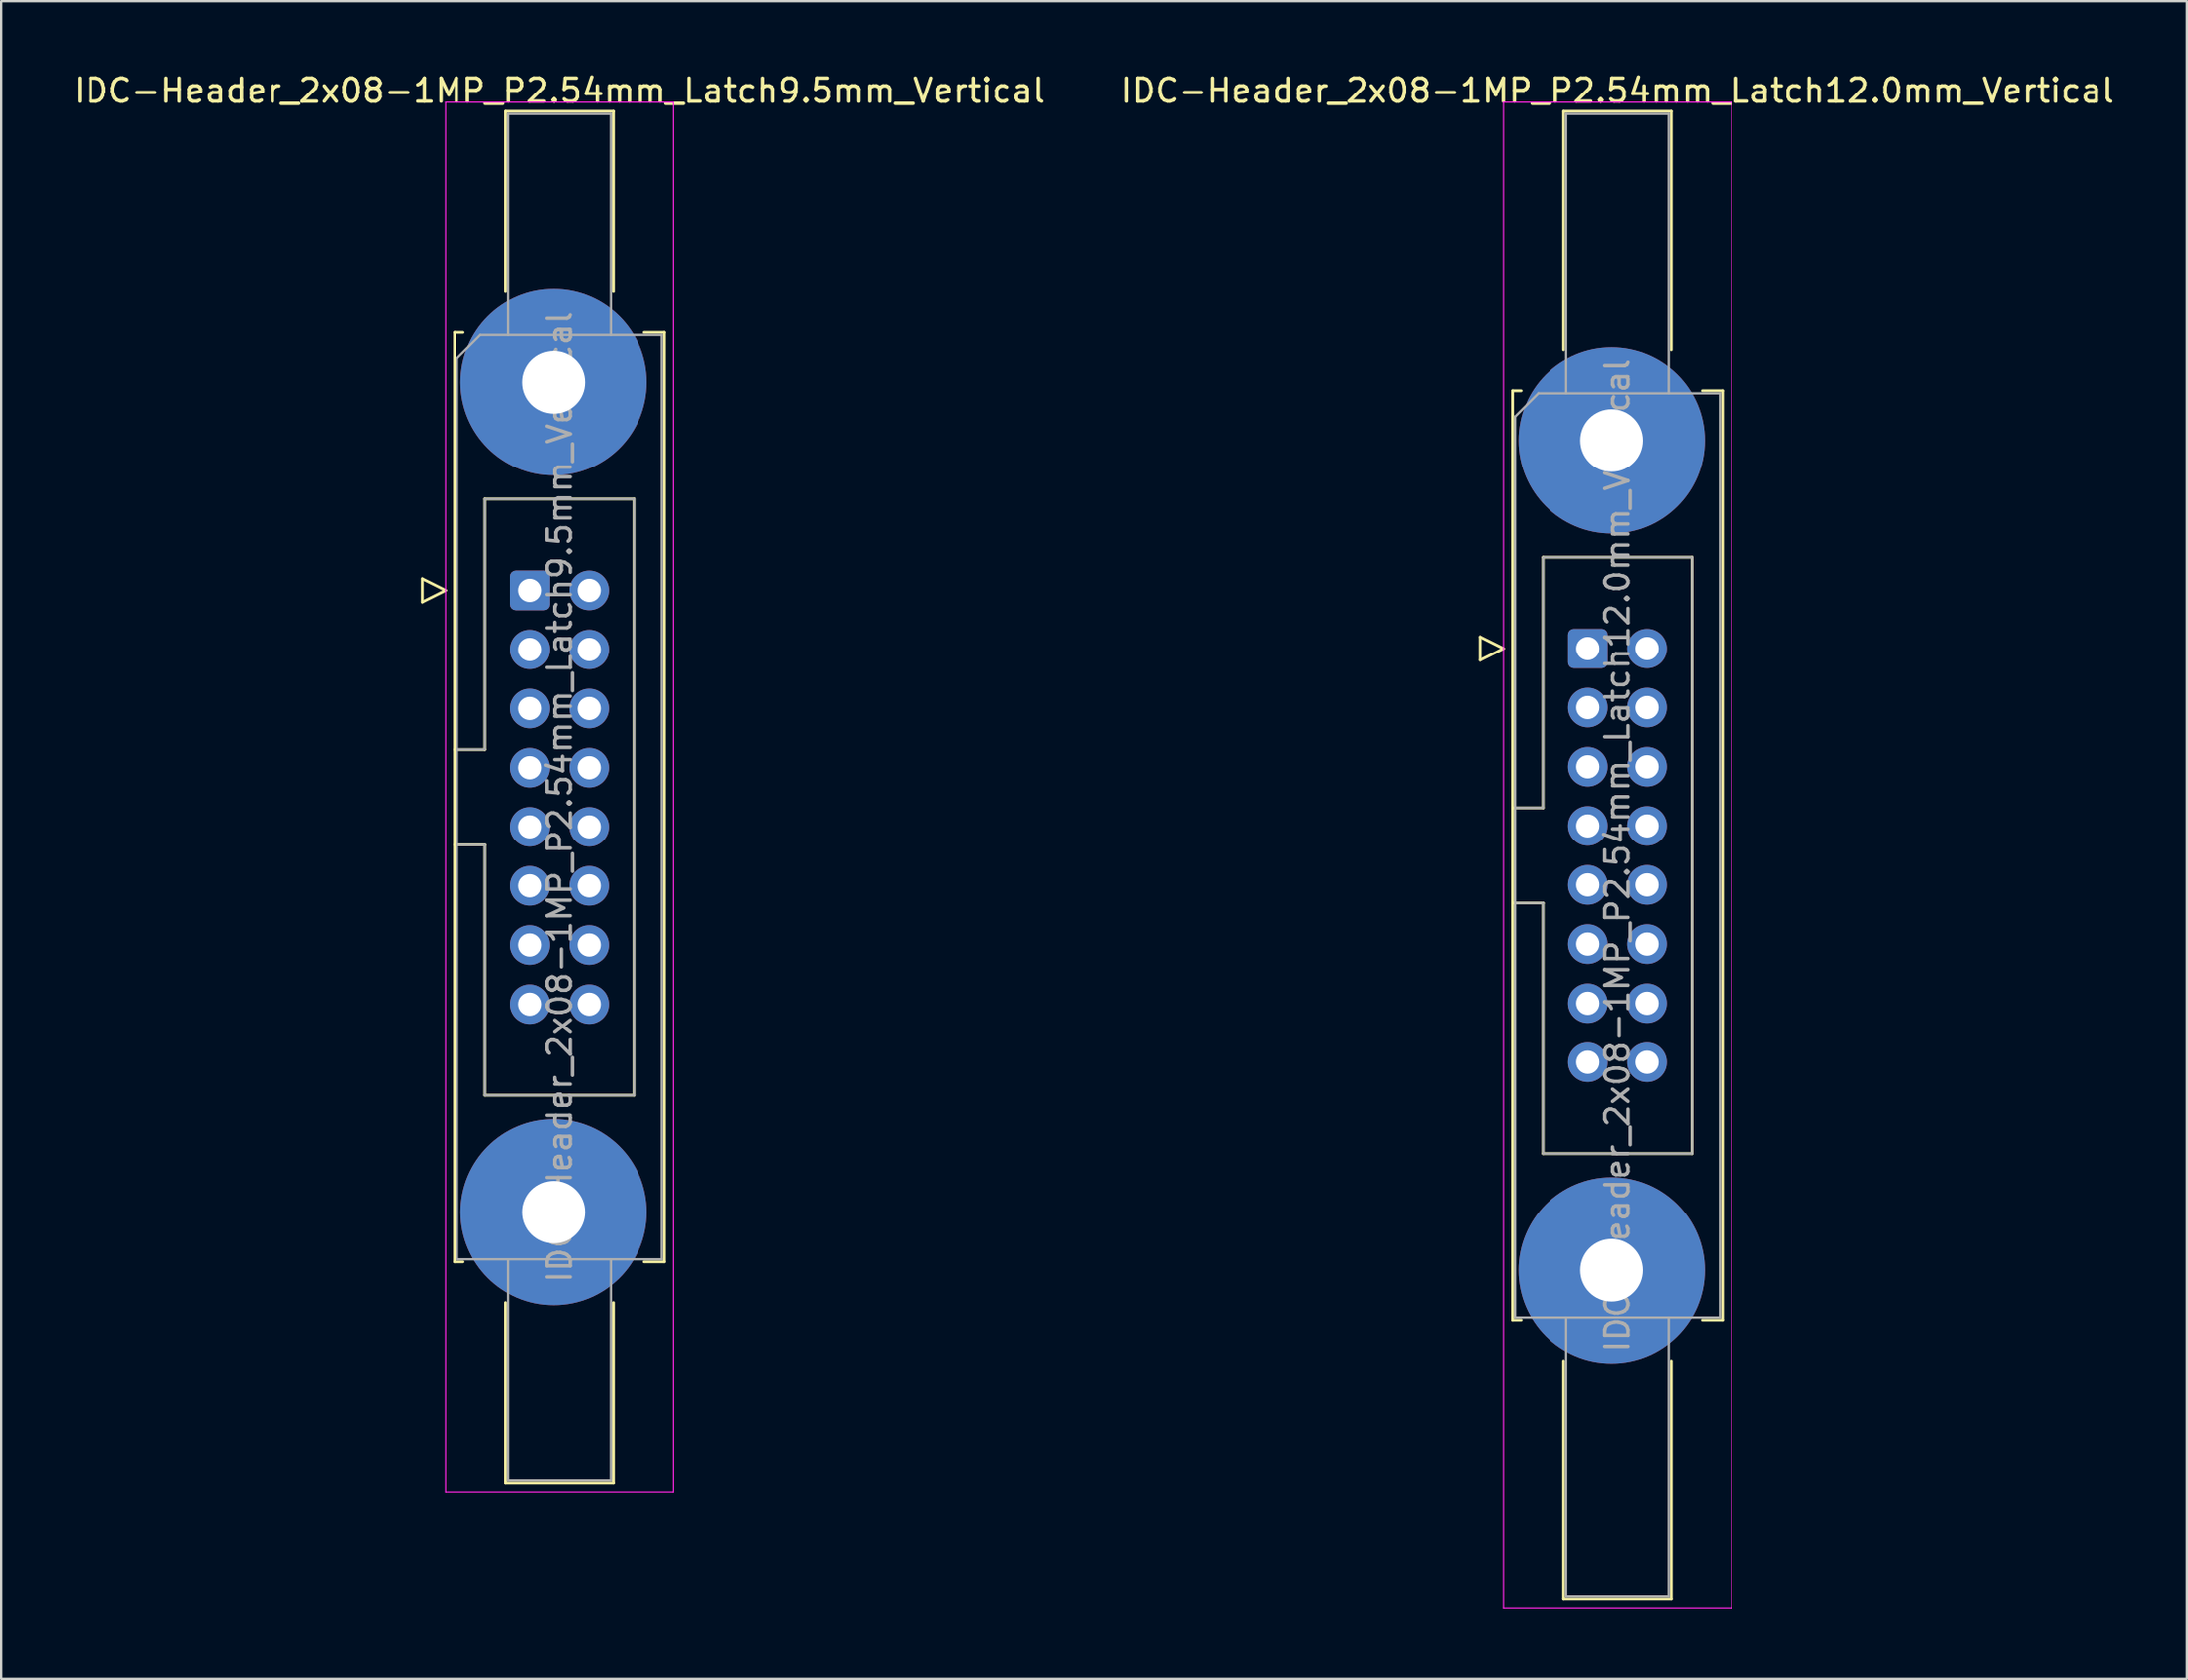
<source format=kicad_pcb>
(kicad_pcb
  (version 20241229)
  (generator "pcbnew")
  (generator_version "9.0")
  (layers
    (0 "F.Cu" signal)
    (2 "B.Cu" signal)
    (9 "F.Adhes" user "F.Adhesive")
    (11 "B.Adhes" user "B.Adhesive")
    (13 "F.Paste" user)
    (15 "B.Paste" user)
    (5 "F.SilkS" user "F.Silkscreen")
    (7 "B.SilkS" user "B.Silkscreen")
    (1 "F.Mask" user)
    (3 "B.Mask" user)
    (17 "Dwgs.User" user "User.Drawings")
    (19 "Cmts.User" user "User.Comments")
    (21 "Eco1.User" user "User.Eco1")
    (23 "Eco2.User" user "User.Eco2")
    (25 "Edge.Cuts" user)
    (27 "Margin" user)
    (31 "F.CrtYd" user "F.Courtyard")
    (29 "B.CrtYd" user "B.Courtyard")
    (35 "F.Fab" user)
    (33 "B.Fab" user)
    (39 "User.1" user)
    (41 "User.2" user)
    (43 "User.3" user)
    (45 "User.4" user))
  (footprint "IDC-Header_2x08-1MP_P2.54mm_Latch12.0mm_Vertical"
    (layer "F.Cu")
    (at 65.153 24.818)
    (property "Reference" "IDC-Header_2x08-1MP_P2.54mm_Latch12.0mm_Vertical" (at 1.27 -23.97 0) (layer "F.SilkS") (effects (font (size 1 1) (thickness 0.15))))
    (attr through_hole)
    (fp_line (start -4.63 -0.5) (end -4.63 0.5) (stroke (width 0.12) (type solid)) (layer "F.SilkS"))
    (fp_line (start -4.63 0.5) (end -3.63 0) (stroke (width 0.12) (type solid)) (layer "F.SilkS"))
    (fp_line (start -3.63 0) (end -4.63 -0.5) (stroke (width 0.12) (type solid)) (layer "F.SilkS"))
    (fp_line (start -3.24 -11.08) (end -3.24 28.86) (stroke (width 0.12) (type solid)) (layer "F.SilkS"))
    (fp_line (start -3.24 6.84) (end -1.93 6.84) (stroke (width 0.12) (type solid)) (layer "F.SilkS"))
    (fp_line (start -3.24 28.86) (end -2.87 28.86) (stroke (width 0.12) (type solid)) (layer "F.SilkS"))
    (fp_line (start -2.87 -11.08) (end -3.24 -11.08) (stroke (width 0.12) (type solid)) (layer "F.SilkS"))
    (fp_line (start -1.93 -3.92) (end 4.47 -3.92) (stroke (width 0.12) (type solid)) (layer "F.SilkS"))
    (fp_line (start -1.93 6.84) (end -1.93 -3.92) (stroke (width 0.12) (type solid)) (layer "F.SilkS"))
    (fp_line (start -1.93 10.94) (end -3.24 10.94) (stroke (width 0.12) (type solid)) (layer "F.SilkS"))
    (fp_line (start -1.93 10.94) (end -1.93 10.94) (stroke (width 0.12) (type solid)) (layer "F.SilkS"))
    (fp_line (start -1.93 21.7) (end -1.93 10.94) (stroke (width 0.12) (type solid)) (layer "F.SilkS"))
    (fp_line (start -1.04 -23.08) (end 3.58 -23.08) (stroke (width 0.12) (type solid)) (layer "F.SilkS"))
    (fp_line (start -1.04 -12.83) (end -1.04 -23.08) (stroke (width 0.12) (type solid)) (layer "F.SilkS"))
    (fp_line (start -1.04 30.61) (end -1.04 40.86) (stroke (width 0.12) (type solid)) (layer "F.SilkS"))
    (fp_line (start -1.04 40.86) (end 3.58 40.86) (stroke (width 0.12) (type solid)) (layer "F.SilkS"))
    (fp_line (start 3.58 -23.08) (end 3.58 -12.83) (stroke (width 0.12) (type solid)) (layer "F.SilkS"))
    (fp_line (start 3.58 40.86) (end 3.58 30.61) (stroke (width 0.12) (type solid)) (layer "F.SilkS"))
    (fp_line (start 4.47 -3.92) (end 4.47 21.7) (stroke (width 0.12) (type solid)) (layer "F.SilkS"))
    (fp_line (start 4.47 21.7) (end -1.93 21.7) (stroke (width 0.12) (type solid)) (layer "F.SilkS"))
    (fp_line (start 4.91 -11.08) (end 5.78 -11.08) (stroke (width 0.12) (type solid)) (layer "F.SilkS"))
    (fp_line (start 5.78 -11.08) (end 5.78 28.86) (stroke (width 0.12) (type solid)) (layer "F.SilkS"))
    (fp_line (start 5.78 28.86) (end 4.91 28.86) (stroke (width 0.12) (type solid)) (layer "F.SilkS"))
    (fp_line (start -3.63 -23.47) (end -3.63 41.25) (stroke (width 0.05) (type solid)) (layer "F.CrtYd"))
    (fp_line (start -3.63 41.25) (end 6.17 41.25) (stroke (width 0.05) (type solid)) (layer "F.CrtYd"))
    (fp_line (start 6.17 -23.47) (end -3.63 -23.47) (stroke (width 0.05) (type solid)) (layer "F.CrtYd"))
    (fp_line (start 6.17 41.25) (end 6.17 -23.47) (stroke (width 0.05) (type solid)) (layer "F.CrtYd"))
    (fp_line (start -3.13 -9.97) (end -2.13 -10.97) (stroke (width 0.1) (type solid)) (layer "F.Fab"))
    (fp_line (start -3.13 6.84) (end -1.93 6.84) (stroke (width 0.1) (type solid)) (layer "F.Fab"))
    (fp_line (start -3.13 28.75) (end -3.13 -9.97) (stroke (width 0.1) (type solid)) (layer "F.Fab"))
    (fp_line (start -2.13 -10.97) (end 5.67 -10.97) (stroke (width 0.1) (type solid)) (layer "F.Fab"))
    (fp_line (start -1.93 -3.92) (end 4.47 -3.92) (stroke (width 0.1) (type solid)) (layer "F.Fab"))
    (fp_line (start -1.93 6.84) (end -1.93 -3.92) (stroke (width 0.1) (type solid)) (layer "F.Fab"))
    (fp_line (start -1.93 10.94) (end -3.13 10.94) (stroke (width 0.1) (type solid)) (layer "F.Fab"))
    (fp_line (start -1.93 10.94) (end -1.93 10.94) (stroke (width 0.1) (type solid)) (layer "F.Fab"))
    (fp_line (start -1.93 21.7) (end -1.93 10.94) (stroke (width 0.1) (type solid)) (layer "F.Fab"))
    (fp_line (start -0.93 -22.97) (end 3.47 -22.97) (stroke (width 0.1) (type solid)) (layer "F.Fab"))
    (fp_line (start -0.93 -10.97) (end -0.93 -22.97) (stroke (width 0.1) (type solid)) (layer "F.Fab"))
    (fp_line (start -0.93 28.75) (end -0.93 40.75) (stroke (width 0.1) (type solid)) (layer "F.Fab"))
    (fp_line (start -0.93 40.75) (end 3.47 40.75) (stroke (width 0.1) (type solid)) (layer "F.Fab"))
    (fp_line (start 3.47 -22.97) (end 3.47 -10.97) (stroke (width 0.1) (type solid)) (layer "F.Fab"))
    (fp_line (start 3.47 40.75) (end 3.47 28.75) (stroke (width 0.1) (type solid)) (layer "F.Fab"))
    (fp_line (start 4.47 -3.92) (end 4.47 21.7) (stroke (width 0.1) (type solid)) (layer "F.Fab"))
    (fp_line (start 4.47 21.7) (end -1.93 21.7) (stroke (width 0.1) (type solid)) (layer "F.Fab"))
    (fp_line (start 5.67 -10.97) (end 5.67 28.75) (stroke (width 0.1) (type solid)) (layer "F.Fab"))
    (fp_line (start 5.67 28.75) (end -3.13 28.75) (stroke (width 0.1) (type solid)) (layer "F.Fab"))
    (fp_text user "${REFERENCE}" (at 1.27 8.89 90) (layer "F.Fab") (effects (font (size 1 1) (thickness 0.15))))
    (pad "1" thru_hole roundrect (at 0 0) (size 1.7 1.7) (drill 1) (layers "*.Cu" "*.Mask") (roundrect_rratio 0.147))
    (pad "2" thru_hole circle (at 2.54 0) (size 1.7 1.7) (drill 1) (layers "*.Cu" "*.Mask"))
    (pad "3" thru_hole circle (at 0 2.54) (size 1.7 1.7) (drill 1) (layers "*.Cu" "*.Mask"))
    (pad "4" thru_hole circle (at 2.54 2.54) (size 1.7 1.7) (drill 1) (layers "*.Cu" "*.Mask"))
    (pad "5" thru_hole circle (at 0 5.08) (size 1.7 1.7) (drill 1) (layers "*.Cu" "*.Mask"))
    (pad "6" thru_hole circle (at 2.54 5.08) (size 1.7 1.7) (drill 1) (layers "*.Cu" "*.Mask"))
    (pad "7" thru_hole circle (at 0 7.62) (size 1.7 1.7) (drill 1) (layers "*.Cu" "*.Mask"))
    (pad "8" thru_hole circle (at 2.54 7.62) (size 1.7 1.7) (drill 1) (layers "*.Cu" "*.Mask"))
    (pad "9" thru_hole circle (at 0 10.16) (size 1.7 1.7) (drill 1) (layers "*.Cu" "*.Mask"))
    (pad "10" thru_hole circle (at 2.54 10.16) (size 1.7 1.7) (drill 1) (layers "*.Cu" "*.Mask"))
    (pad "11" thru_hole circle (at 0 12.7) (size 1.7 1.7) (drill 1) (layers "*.Cu" "*.Mask"))
    (pad "12" thru_hole circle (at 2.54 12.7) (size 1.7 1.7) (drill 1) (layers "*.Cu" "*.Mask"))
    (pad "13" thru_hole circle (at 0 15.24) (size 1.7 1.7) (drill 1) (layers "*.Cu" "*.Mask"))
    (pad "14" thru_hole circle (at 2.54 15.24) (size 1.7 1.7) (drill 1) (layers "*.Cu" "*.Mask"))
    (pad "15" thru_hole circle (at 0 17.78) (size 1.7 1.7) (drill 1) (layers "*.Cu" "*.Mask"))
    (pad "16" thru_hole circle (at 2.54 17.78) (size 1.7 1.7) (drill 1) (layers "*.Cu" "*.Mask"))
    (pad "MP" thru_hole circle (at 1.02 -8.94) (size 8 8) (drill 2.69) (layers "*.Cu" "*.Mask"))
    (pad "MP" thru_hole circle (at 1.02 26.72) (size 8 8) (drill 2.69) (layers "*.Cu" "*.Mask")))
  (footprint "IDC-Header_2x08-1MP_P2.54mm_Latch9.5mm_Vertical"
    (layer "F.Cu")
    (at 19.712 22.318)
    (property "Reference" "IDC-Header_2x08-1MP_P2.54mm_Latch9.5mm_Vertical" (at 1.27 -21.47 0) (layer "F.SilkS") (effects (font (size 1 1) (thickness 0.15))))
    (attr through_hole)
    (fp_line (start -4.63 -0.5) (end -4.63 0.5) (stroke (width 0.12) (type solid)) (layer "F.SilkS"))
    (fp_line (start -4.63 0.5) (end -3.63 0) (stroke (width 0.12) (type solid)) (layer "F.SilkS"))
    (fp_line (start -3.63 0) (end -4.63 -0.5) (stroke (width 0.12) (type solid)) (layer "F.SilkS"))
    (fp_line (start -3.24 -11.08) (end -3.24 28.86) (stroke (width 0.12) (type solid)) (layer "F.SilkS"))
    (fp_line (start -3.24 6.84) (end -1.93 6.84) (stroke (width 0.12) (type solid)) (layer "F.SilkS"))
    (fp_line (start -3.24 28.86) (end -2.87 28.86) (stroke (width 0.12) (type solid)) (layer "F.SilkS"))
    (fp_line (start -2.87 -11.08) (end -3.24 -11.08) (stroke (width 0.12) (type solid)) (layer "F.SilkS"))
    (fp_line (start -1.93 -3.92) (end 4.47 -3.92) (stroke (width 0.12) (type solid)) (layer "F.SilkS"))
    (fp_line (start -1.93 6.84) (end -1.93 -3.92) (stroke (width 0.12) (type solid)) (layer "F.SilkS"))
    (fp_line (start -1.93 10.94) (end -3.24 10.94) (stroke (width 0.12) (type solid)) (layer "F.SilkS"))
    (fp_line (start -1.93 10.94) (end -1.93 10.94) (stroke (width 0.12) (type solid)) (layer "F.SilkS"))
    (fp_line (start -1.93 21.7) (end -1.93 10.94) (stroke (width 0.12) (type solid)) (layer "F.SilkS"))
    (fp_line (start -1.04 -20.58) (end 3.58 -20.58) (stroke (width 0.12) (type solid)) (layer "F.SilkS"))
    (fp_line (start -1.04 -12.83) (end -1.04 -20.58) (stroke (width 0.12) (type solid)) (layer "F.SilkS"))
    (fp_line (start -1.04 30.61) (end -1.04 38.36) (stroke (width 0.12) (type solid)) (layer "F.SilkS"))
    (fp_line (start -1.04 38.36) (end 3.58 38.36) (stroke (width 0.12) (type solid)) (layer "F.SilkS"))
    (fp_line (start 3.58 -20.58) (end 3.58 -12.83) (stroke (width 0.12) (type solid)) (layer "F.SilkS"))
    (fp_line (start 3.58 38.36) (end 3.58 30.61) (stroke (width 0.12) (type solid)) (layer "F.SilkS"))
    (fp_line (start 4.47 -3.92) (end 4.47 21.7) (stroke (width 0.12) (type solid)) (layer "F.SilkS"))
    (fp_line (start 4.47 21.7) (end -1.93 21.7) (stroke (width 0.12) (type solid)) (layer "F.SilkS"))
    (fp_line (start 4.91 -11.08) (end 5.78 -11.08) (stroke (width 0.12) (type solid)) (layer "F.SilkS"))
    (fp_line (start 5.78 -11.08) (end 5.78 28.86) (stroke (width 0.12) (type solid)) (layer "F.SilkS"))
    (fp_line (start 5.78 28.86) (end 4.91 28.86) (stroke (width 0.12) (type solid)) (layer "F.SilkS"))
    (fp_line (start -3.63 -20.97) (end -3.63 38.75) (stroke (width 0.05) (type solid)) (layer "F.CrtYd"))
    (fp_line (start -3.63 38.75) (end 6.17 38.75) (stroke (width 0.05) (type solid)) (layer "F.CrtYd"))
    (fp_line (start 6.17 -20.97) (end -3.63 -20.97) (stroke (width 0.05) (type solid)) (layer "F.CrtYd"))
    (fp_line (start 6.17 38.75) (end 6.17 -20.97) (stroke (width 0.05) (type solid)) (layer "F.CrtYd"))
    (fp_line (start -3.13 -9.97) (end -2.13 -10.97) (stroke (width 0.1) (type solid)) (layer "F.Fab"))
    (fp_line (start -3.13 6.84) (end -1.93 6.84) (stroke (width 0.1) (type solid)) (layer "F.Fab"))
    (fp_line (start -3.13 28.75) (end -3.13 -9.97) (stroke (width 0.1) (type solid)) (layer "F.Fab"))
    (fp_line (start -2.13 -10.97) (end 5.67 -10.97) (stroke (width 0.1) (type solid)) (layer "F.Fab"))
    (fp_line (start -1.93 -3.92) (end 4.47 -3.92) (stroke (width 0.1) (type solid)) (layer "F.Fab"))
    (fp_line (start -1.93 6.84) (end -1.93 -3.92) (stroke (width 0.1) (type solid)) (layer "F.Fab"))
    (fp_line (start -1.93 10.94) (end -3.13 10.94) (stroke (width 0.1) (type solid)) (layer "F.Fab"))
    (fp_line (start -1.93 10.94) (end -1.93 10.94) (stroke (width 0.1) (type solid)) (layer "F.Fab"))
    (fp_line (start -1.93 21.7) (end -1.93 10.94) (stroke (width 0.1) (type solid)) (layer "F.Fab"))
    (fp_line (start -0.93 -20.47) (end 3.47 -20.47) (stroke (width 0.1) (type solid)) (layer "F.Fab"))
    (fp_line (start -0.93 -10.97) (end -0.93 -20.47) (stroke (width 0.1) (type solid)) (layer "F.Fab"))
    (fp_line (start -0.93 28.75) (end -0.93 38.25) (stroke (width 0.1) (type solid)) (layer "F.Fab"))
    (fp_line (start -0.93 38.25) (end 3.47 38.25) (stroke (width 0.1) (type solid)) (layer "F.Fab"))
    (fp_line (start 3.47 -20.47) (end 3.47 -10.97) (stroke (width 0.1) (type solid)) (layer "F.Fab"))
    (fp_line (start 3.47 38.25) (end 3.47 28.75) (stroke (width 0.1) (type solid)) (layer "F.Fab"))
    (fp_line (start 4.47 -3.92) (end 4.47 21.7) (stroke (width 0.1) (type solid)) (layer "F.Fab"))
    (fp_line (start 4.47 21.7) (end -1.93 21.7) (stroke (width 0.1) (type solid)) (layer "F.Fab"))
    (fp_line (start 5.67 -10.97) (end 5.67 28.75) (stroke (width 0.1) (type solid)) (layer "F.Fab"))
    (fp_line (start 5.67 28.75) (end -3.13 28.75) (stroke (width 0.1) (type solid)) (layer "F.Fab"))
    (fp_text user "${REFERENCE}" (at 1.27 8.89 90) (layer "F.Fab") (effects (font (size 1 1) (thickness 0.15))))
    (pad "1" thru_hole roundrect (at 0 0) (size 1.7 1.7) (drill 1) (layers "*.Cu" "*.Mask") (roundrect_rratio 0.147))
    (pad "2" thru_hole circle (at 2.54 0) (size 1.7 1.7) (drill 1) (layers "*.Cu" "*.Mask"))
    (pad "3" thru_hole circle (at 0 2.54) (size 1.7 1.7) (drill 1) (layers "*.Cu" "*.Mask"))
    (pad "4" thru_hole circle (at 2.54 2.54) (size 1.7 1.7) (drill 1) (layers "*.Cu" "*.Mask"))
    (pad "5" thru_hole circle (at 0 5.08) (size 1.7 1.7) (drill 1) (layers "*.Cu" "*.Mask"))
    (pad "6" thru_hole circle (at 2.54 5.08) (size 1.7 1.7) (drill 1) (layers "*.Cu" "*.Mask"))
    (pad "7" thru_hole circle (at 0 7.62) (size 1.7 1.7) (drill 1) (layers "*.Cu" "*.Mask"))
    (pad "8" thru_hole circle (at 2.54 7.62) (size 1.7 1.7) (drill 1) (layers "*.Cu" "*.Mask"))
    (pad "9" thru_hole circle (at 0 10.16) (size 1.7 1.7) (drill 1) (layers "*.Cu" "*.Mask"))
    (pad "10" thru_hole circle (at 2.54 10.16) (size 1.7 1.7) (drill 1) (layers "*.Cu" "*.Mask"))
    (pad "11" thru_hole circle (at 0 12.7) (size 1.7 1.7) (drill 1) (layers "*.Cu" "*.Mask"))
    (pad "12" thru_hole circle (at 2.54 12.7) (size 1.7 1.7) (drill 1) (layers "*.Cu" "*.Mask"))
    (pad "13" thru_hole circle (at 0 15.24) (size 1.7 1.7) (drill 1) (layers "*.Cu" "*.Mask"))
    (pad "14" thru_hole circle (at 2.54 15.24) (size 1.7 1.7) (drill 1) (layers "*.Cu" "*.Mask"))
    (pad "15" thru_hole circle (at 0 17.78) (size 1.7 1.7) (drill 1) (layers "*.Cu" "*.Mask"))
    (pad "16" thru_hole circle (at 2.54 17.78) (size 1.7 1.7) (drill 1) (layers "*.Cu" "*.Mask"))
    (pad "MP" thru_hole circle (at 1.02 -8.94) (size 8 8) (drill 2.69) (layers "*.Cu" "*.Mask"))
    (pad "MP" thru_hole circle (at 1.02 26.72) (size 8 8) (drill 2.69) (layers "*.Cu" "*.Mask")))
  (gr_rect
    (start -3 -3)
    (end 90.881 69.093)
    (stroke (width 0.1) (type default))
    (fill no)
    (layer "Edge.Cuts")))
</source>
